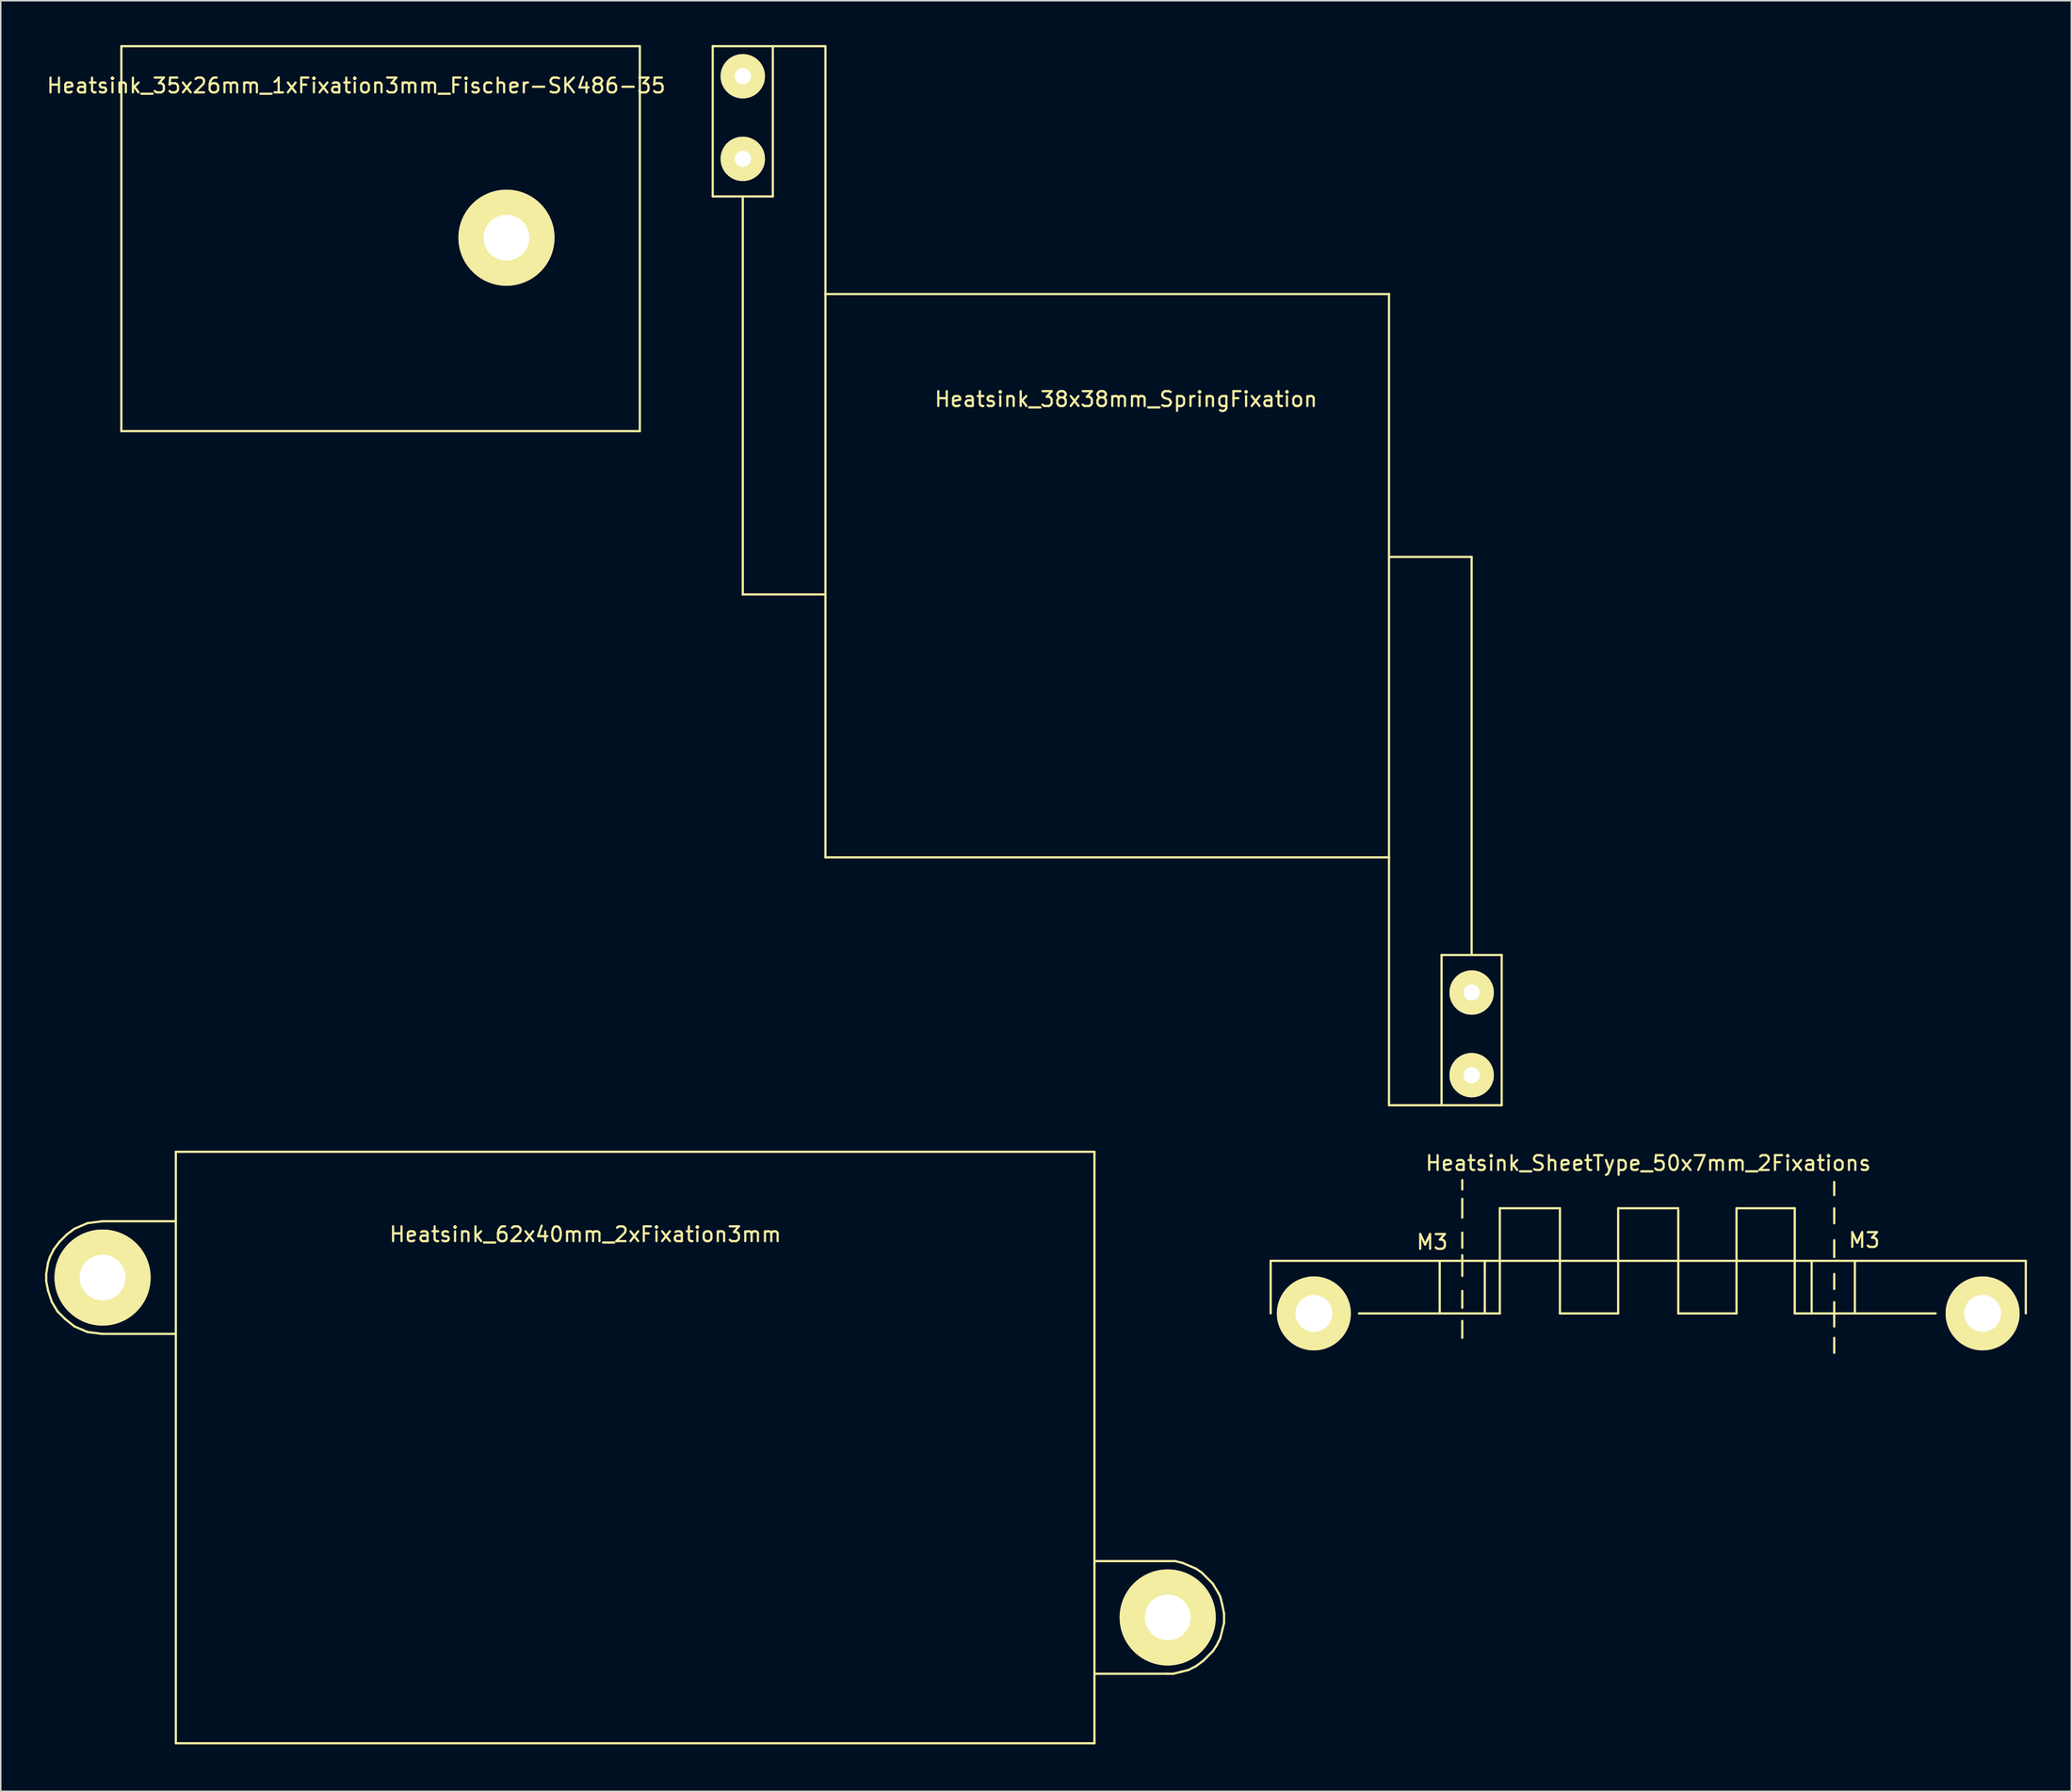
<source format=kicad_pcb>
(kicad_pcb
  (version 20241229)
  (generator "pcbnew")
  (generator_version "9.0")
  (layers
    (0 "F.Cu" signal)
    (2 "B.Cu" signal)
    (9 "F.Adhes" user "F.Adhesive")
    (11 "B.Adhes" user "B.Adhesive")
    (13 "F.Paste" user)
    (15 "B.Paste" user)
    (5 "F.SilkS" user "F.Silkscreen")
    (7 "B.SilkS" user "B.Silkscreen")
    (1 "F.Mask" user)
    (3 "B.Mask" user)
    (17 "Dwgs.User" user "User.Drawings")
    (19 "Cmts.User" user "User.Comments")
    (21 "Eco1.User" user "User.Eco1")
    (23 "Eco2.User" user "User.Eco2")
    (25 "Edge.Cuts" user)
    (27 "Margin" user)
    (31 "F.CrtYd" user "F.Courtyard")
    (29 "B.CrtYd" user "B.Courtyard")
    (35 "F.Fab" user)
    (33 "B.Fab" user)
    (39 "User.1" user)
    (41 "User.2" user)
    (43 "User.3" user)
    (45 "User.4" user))
  (footprint "Heatsink_SheetType_50x7mm_2Fixations"
    (layer "F.Cu")
    (at 108.381 85.786)
    (property "Reference" "Heatsink_SheetType_50x7mm_2Fixations" (at 0 -10.16 0) (layer "F.SilkS") (effects (font (size 1 1) (thickness 0.15))))
    (attr through_hole)
    (fp_line (start -25.527 -3.556) (end -25.527 0) (stroke (width 0.15) (type solid)) (layer "F.SilkS"))
    (fp_line (start -14.097 -3.556) (end -14.097 0) (stroke (width 0.15) (type solid)) (layer "F.SilkS"))
    (fp_line (start -12.573 -9.017) (end -12.573 -8.382) (stroke (width 0.15) (type solid)) (layer "F.SilkS"))
    (fp_line (start -12.573 -7.747) (end -12.573 -6.477) (stroke (width 0.15) (type solid)) (layer "F.SilkS"))
    (fp_line (start -12.573 -5.461) (end -12.573 -4.445) (stroke (width 0.15) (type solid)) (layer "F.SilkS"))
    (fp_line (start -12.573 -3.937) (end -12.573 -2.54) (stroke (width 0.15) (type solid)) (layer "F.SilkS"))
    (fp_line (start -12.573 -1.524) (end -12.573 -0.381) (stroke (width 0.15) (type solid)) (layer "F.SilkS"))
    (fp_line (start -12.573 0.508) (end -12.573 1.651) (stroke (width 0.15) (type solid)) (layer "F.SilkS"))
    (fp_line (start -11.049 -3.556) (end -11.049 0) (stroke (width 0.15) (type solid)) (layer "F.SilkS"))
    (fp_line (start -10.033 -7.112) (end -10.033 0) (stroke (width 0.15) (type solid)) (layer "F.SilkS"))
    (fp_line (start -10.033 0) (end -19.558 0) (stroke (width 0.15) (type solid)) (layer "F.SilkS"))
    (fp_line (start -5.969 -7.112) (end -10.033 -7.112) (stroke (width 0.15) (type solid)) (layer "F.SilkS"))
    (fp_line (start -5.969 -7.112) (end -5.969 0) (stroke (width 0.15) (type solid)) (layer "F.SilkS"))
    (fp_line (start -2.032 -7.112) (end -2.032 0) (stroke (width 0.15) (type solid)) (layer "F.SilkS"))
    (fp_line (start -2.032 0) (end -5.969 0) (stroke (width 0.15) (type solid)) (layer "F.SilkS"))
    (fp_line (start 2.032 -7.112) (end -2.032 -7.112) (stroke (width 0.15) (type solid)) (layer "F.SilkS"))
    (fp_line (start 2.032 -6.985) (end 2.032 0) (stroke (width 0.15) (type solid)) (layer "F.SilkS"))
    (fp_line (start 5.969 -7.112) (end 5.969 0) (stroke (width 0.15) (type solid)) (layer "F.SilkS"))
    (fp_line (start 5.969 0) (end 2.032 0) (stroke (width 0.15) (type solid)) (layer "F.SilkS"))
    (fp_line (start 9.906 -7.112) (end 5.969 -7.112) (stroke (width 0.15) (type solid)) (layer "F.SilkS"))
    (fp_line (start 9.906 -7.112) (end 9.906 0) (stroke (width 0.15) (type solid)) (layer "F.SilkS"))
    (fp_line (start 11.049 -3.556) (end 11.049 0) (stroke (width 0.15) (type solid)) (layer "F.SilkS"))
    (fp_line (start 12.573 -8.89) (end 12.573 -8.001) (stroke (width 0.15) (type solid)) (layer "F.SilkS"))
    (fp_line (start 12.573 -7.112) (end 12.573 -6.096) (stroke (width 0.15) (type solid)) (layer "F.SilkS"))
    (fp_line (start 12.573 -4.953) (end 12.573 -3.81) (stroke (width 0.15) (type solid)) (layer "F.SilkS"))
    (fp_line (start 12.573 -2.667) (end 12.573 -1.651) (stroke (width 0.15) (type solid)) (layer "F.SilkS"))
    (fp_line (start 12.573 -0.762) (end 12.573 0.889) (stroke (width 0.15) (type solid)) (layer "F.SilkS"))
    (fp_line (start 12.573 1.651) (end 12.573 2.667) (stroke (width 0.15) (type solid)) (layer "F.SilkS"))
    (fp_line (start 13.97 -3.556) (end 13.97 0) (stroke (width 0.15) (type solid)) (layer "F.SilkS"))
    (fp_line (start 13.97 0) (end 9.906 0) (stroke (width 0.15) (type solid)) (layer "F.SilkS"))
    (fp_line (start 13.97 0) (end 19.431 0) (stroke (width 0.15) (type solid)) (layer "F.SilkS"))
    (fp_line (start 25.527 -3.556) (end -25.527 -3.556) (stroke (width 0.15) (type solid)) (layer "F.SilkS"))
    (fp_line (start 25.527 0) (end 25.527 -3.556) (stroke (width 0.15) (type solid)) (layer "F.SilkS"))
    (fp_text user "M3" (at -14.605 -4.826 0) (layer "F.SilkS") (effects (font (size 1 1) (thickness 0.15))))
    (fp_text user "M3" (at 14.605 -4.953 0) (layer "F.SilkS") (effects (font (size 1 1) (thickness 0.15))))
    (pad "1" thru_hole circle (at -22.606 0) (size 5.001 5.001) (drill 2.499) (layers "*.Cu" "*.Mask" "F.SilkS"))
    (pad "1" thru_hole circle (at 22.606 0) (size 5.001 5.001) (drill 2.499) (layers "*.Cu" "*.Mask" "F.SilkS")))
  (footprint "Heatsink_62x40mm_2xFixation3mm"
    (layer "F.Cu")
    (at 8.838 114.858)
    (property "Reference" "Heatsink_62x40mm_2xFixation3mm" (at 27.686 -34.417 0) (layer "F.SilkS") (effects (font (size 1 1) (thickness 0.15))))
    (attr through_hole)
    (fp_line (start -8.763 -31.75) (end -8.763 -31.242) (stroke (width 0.15) (type solid)) (layer "F.SilkS"))
    (fp_line (start -8.763 -31.242) (end -8.636 -30.607) (stroke (width 0.15) (type solid)) (layer "F.SilkS"))
    (fp_line (start -8.636 -32.512) (end -8.763 -31.75) (stroke (width 0.15) (type solid)) (layer "F.SilkS"))
    (fp_line (start -8.636 -30.607) (end -8.382 -29.845) (stroke (width 0.15) (type solid)) (layer "F.SilkS"))
    (fp_line (start -8.509 -32.893) (end -8.636 -32.512) (stroke (width 0.15) (type solid)) (layer "F.SilkS"))
    (fp_line (start -8.382 -29.845) (end -8.001 -29.21) (stroke (width 0.15) (type solid)) (layer "F.SilkS"))
    (fp_line (start -8.255 -33.401) (end -8.509 -32.893) (stroke (width 0.15) (type solid)) (layer "F.SilkS"))
    (fp_line (start -8.001 -29.21) (end -7.493 -28.702) (stroke (width 0.15) (type solid)) (layer "F.SilkS"))
    (fp_line (start -7.874 -33.909) (end -8.255 -33.401) (stroke (width 0.15) (type solid)) (layer "F.SilkS"))
    (fp_line (start -7.493 -28.702) (end -6.858 -28.194) (stroke (width 0.15) (type solid)) (layer "F.SilkS"))
    (fp_line (start -7.366 -34.417) (end -7.874 -33.909) (stroke (width 0.15) (type solid)) (layer "F.SilkS"))
    (fp_line (start -6.858 -34.798) (end -7.366 -34.417) (stroke (width 0.15) (type solid)) (layer "F.SilkS"))
    (fp_line (start -6.858 -28.194) (end -5.969 -27.813) (stroke (width 0.15) (type solid)) (layer "F.SilkS"))
    (fp_line (start -5.969 -35.179) (end -6.858 -34.798) (stroke (width 0.15) (type solid)) (layer "F.SilkS"))
    (fp_line (start -5.969 -27.813) (end -4.953 -27.686) (stroke (width 0.15) (type solid)) (layer "F.SilkS"))
    (fp_line (start -4.953 -35.306) (end -5.969 -35.179) (stroke (width 0.15) (type solid)) (layer "F.SilkS"))
    (fp_line (start -4.953 -35.306) (end 0 -35.306) (stroke (width 0.15) (type solid)) (layer "F.SilkS"))
    (fp_line (start 0 -40.005) (end 0 0) (stroke (width 0.15) (type solid)) (layer "F.SilkS"))
    (fp_line (start 0 -27.686) (end -4.953 -27.686) (stroke (width 0.15) (type solid)) (layer "F.SilkS"))
    (fp_line (start 0 0) (end 62.103 0) (stroke (width 0.15) (type solid)) (layer "F.SilkS"))
    (fp_line (start 62.103 -40.005) (end 0 -40.005) (stroke (width 0.15) (type solid)) (layer "F.SilkS"))
    (fp_line (start 62.103 0) (end 62.103 -40.005) (stroke (width 0.15) (type solid)) (layer "F.SilkS"))
    (fp_line (start 67.056 -12.319) (end 62.103 -12.319) (stroke (width 0.15) (type solid)) (layer "F.SilkS"))
    (fp_line (start 67.056 -12.319) (end 67.564 -12.319) (stroke (width 0.15) (type solid)) (layer "F.SilkS"))
    (fp_line (start 67.056 -4.699) (end 62.103 -4.699) (stroke (width 0.15) (type solid)) (layer "F.SilkS"))
    (fp_line (start 67.437 -4.699) (end 67.056 -4.699) (stroke (width 0.15) (type solid)) (layer "F.SilkS"))
    (fp_line (start 67.564 -12.319) (end 68.072 -12.192) (stroke (width 0.15) (type solid)) (layer "F.SilkS"))
    (fp_line (start 67.945 -4.826) (end 67.437 -4.699) (stroke (width 0.15) (type solid)) (layer "F.SilkS"))
    (fp_line (start 68.072 -12.192) (end 68.961 -11.811) (stroke (width 0.15) (type solid)) (layer "F.SilkS"))
    (fp_line (start 68.453 -4.953) (end 67.945 -4.826) (stroke (width 0.15) (type solid)) (layer "F.SilkS"))
    (fp_line (start 68.961 -11.811) (end 69.342 -11.557) (stroke (width 0.15) (type solid)) (layer "F.SilkS"))
    (fp_line (start 68.961 -5.207) (end 68.453 -4.953) (stroke (width 0.15) (type solid)) (layer "F.SilkS"))
    (fp_line (start 69.342 -11.557) (end 70.104 -10.795) (stroke (width 0.15) (type solid)) (layer "F.SilkS"))
    (fp_line (start 69.469 -5.588) (end 68.961 -5.207) (stroke (width 0.15) (type solid)) (layer "F.SilkS"))
    (fp_line (start 70.104 -10.795) (end 70.485 -10.16) (stroke (width 0.15) (type solid)) (layer "F.SilkS"))
    (fp_line (start 70.104 -6.223) (end 69.469 -5.588) (stroke (width 0.15) (type solid)) (layer "F.SilkS"))
    (fp_line (start 70.358 -6.604) (end 70.104 -6.223) (stroke (width 0.15) (type solid)) (layer "F.SilkS"))
    (fp_line (start 70.485 -10.16) (end 70.612 -9.906) (stroke (width 0.15) (type solid)) (layer "F.SilkS"))
    (fp_line (start 70.485 -6.858) (end 70.358 -6.604) (stroke (width 0.15) (type solid)) (layer "F.SilkS"))
    (fp_line (start 70.612 -9.906) (end 70.739 -9.398) (stroke (width 0.15) (type solid)) (layer "F.SilkS"))
    (fp_line (start 70.612 -7.112) (end 70.485 -6.858) (stroke (width 0.15) (type solid)) (layer "F.SilkS"))
    (fp_line (start 70.739 -9.398) (end 70.866 -8.763) (stroke (width 0.15) (type solid)) (layer "F.SilkS"))
    (fp_line (start 70.866 -8.763) (end 70.866 -8.128) (stroke (width 0.15) (type solid)) (layer "F.SilkS"))
    (fp_line (start 70.866 -8.128) (end 70.612 -7.112) (stroke (width 0.15) (type solid)) (layer "F.SilkS"))
    (pad "1" thru_hole circle (at -4.953 -31.496) (size 6.497 6.497) (drill 3.099) (layers "*.Cu" "*.Mask" "F.SilkS"))
    (pad "1" thru_hole circle (at 67.056 -8.509) (size 6.497 6.497) (drill 3.099) (layers "*.Cu" "*.Mask" "F.SilkS")))
  (footprint "Heatsink_35x26mm_1xFixation3mm_Fischer-SK486-35"
    (layer "F.Cu")
    (at 5.155 26.11)
    (property "Reference" "Heatsink_35x26mm_1xFixation3mm_Fischer-SK486-35" (at 15.875 -23.368 0) (layer "F.SilkS") (effects (font (size 1 1) (thickness 0.15))))
    (attr through_hole)
    (fp_line (start 0 -26.035) (end 0 0) (stroke (width 0.15) (type solid)) (layer "F.SilkS"))
    (fp_line (start 0 0) (end 35.052 0) (stroke (width 0.15) (type solid)) (layer "F.SilkS"))
    (fp_line (start 35.052 -26.035) (end 0 -26.035) (stroke (width 0.15) (type solid)) (layer "F.SilkS"))
    (fp_line (start 35.052 0) (end 35.052 -26.035) (stroke (width 0.15) (type solid)) (layer "F.SilkS"))
    (pad "1" thru_hole circle (at 26.035 -13.081) (size 6.497 6.497) (drill 3.099) (layers "*.Cu" "*.Mask" "F.SilkS")))
  (footprint "Heatsink_38x38mm_SpringFixation"
    (layer "F.Cu")
    (at 52.755 54.939)
    (property "Reference" "Heatsink_38x38mm_SpringFixation" (at 20.32 -30.988 0) (layer "F.SilkS") (effects (font (size 1 1) (thickness 0.15))))
    (attr through_hole)
    (fp_line (start -7.62 -54.864) (end -7.62 -44.704) (stroke (width 0.15) (type solid)) (layer "F.SilkS"))
    (fp_line (start -7.62 -44.704) (end -3.556 -44.704) (stroke (width 0.15) (type solid)) (layer "F.SilkS"))
    (fp_line (start -5.588 -17.78) (end -5.588 -44.704) (stroke (width 0.15) (type solid)) (layer "F.SilkS"))
    (fp_line (start -3.556 -54.864) (end -7.62 -54.864) (stroke (width 0.15) (type solid)) (layer "F.SilkS"))
    (fp_line (start -3.556 -54.864) (end 0 -54.864) (stroke (width 0.15) (type solid)) (layer "F.SilkS"))
    (fp_line (start -3.556 -44.704) (end -3.556 -54.864) (stroke (width 0.15) (type solid)) (layer "F.SilkS"))
    (fp_line (start 0 -54.864) (end 0 -38.1) (stroke (width 0.15) (type solid)) (layer "F.SilkS"))
    (fp_line (start 0 -38.1) (end 0 0) (stroke (width 0.15) (type solid)) (layer "F.SilkS"))
    (fp_line (start 0 -17.78) (end -5.588 -17.78) (stroke (width 0.15) (type solid)) (layer "F.SilkS"))
    (fp_line (start 0 0) (end 38.1 0) (stroke (width 0.15) (type solid)) (layer "F.SilkS"))
    (fp_line (start 38.1 -38.1) (end 0 -38.1) (stroke (width 0.15) (type solid)) (layer "F.SilkS"))
    (fp_line (start 38.1 -20.32) (end 43.688 -20.32) (stroke (width 0.15) (type solid)) (layer "F.SilkS"))
    (fp_line (start 38.1 0) (end 38.1 -38.1) (stroke (width 0.15) (type solid)) (layer "F.SilkS"))
    (fp_line (start 38.1 16.764) (end 38.1 0) (stroke (width 0.15) (type solid)) (layer "F.SilkS"))
    (fp_line (start 41.656 6.604) (end 41.656 16.764) (stroke (width 0.15) (type solid)) (layer "F.SilkS"))
    (fp_line (start 41.656 16.764) (end 38.1 16.764) (stroke (width 0.15) (type solid)) (layer "F.SilkS"))
    (fp_line (start 43.688 -20.32) (end 43.688 6.604) (stroke (width 0.15) (type solid)) (layer "F.SilkS"))
    (fp_line (start 45.72 6.604) (end 41.656 6.604) (stroke (width 0.15) (type solid)) (layer "F.SilkS"))
    (fp_line (start 45.72 6.604) (end 45.72 16.764) (stroke (width 0.15) (type solid)) (layer "F.SilkS"))
    (fp_line (start 45.72 16.764) (end 41.656 16.764) (stroke (width 0.15) (type solid)) (layer "F.SilkS"))
    (pad "1" thru_hole circle (at -5.588 -52.832) (size 3 3) (drill 1.1) (layers "*.Cu" "*.Mask" "F.SilkS"))
    (pad "1" thru_hole circle (at -5.588 -47.244) (size 3 3) (drill 1.1) (layers "*.Cu" "*.Mask" "F.SilkS"))
    (pad "1" thru_hole circle (at 43.688 9.144) (size 3 3) (drill 1.1) (layers "*.Cu" "*.Mask" "F.SilkS"))
    (pad "1" thru_hole circle (at 43.688 14.732) (size 3 3) (drill 1.1) (layers "*.Cu" "*.Mask" "F.SilkS")))
  (gr_rect
    (start -3 -3)
    (end 136.983 118.108)
    (stroke (width 0.1) (type default))
    (fill no)
    (layer "Edge.Cuts")))
</source>
